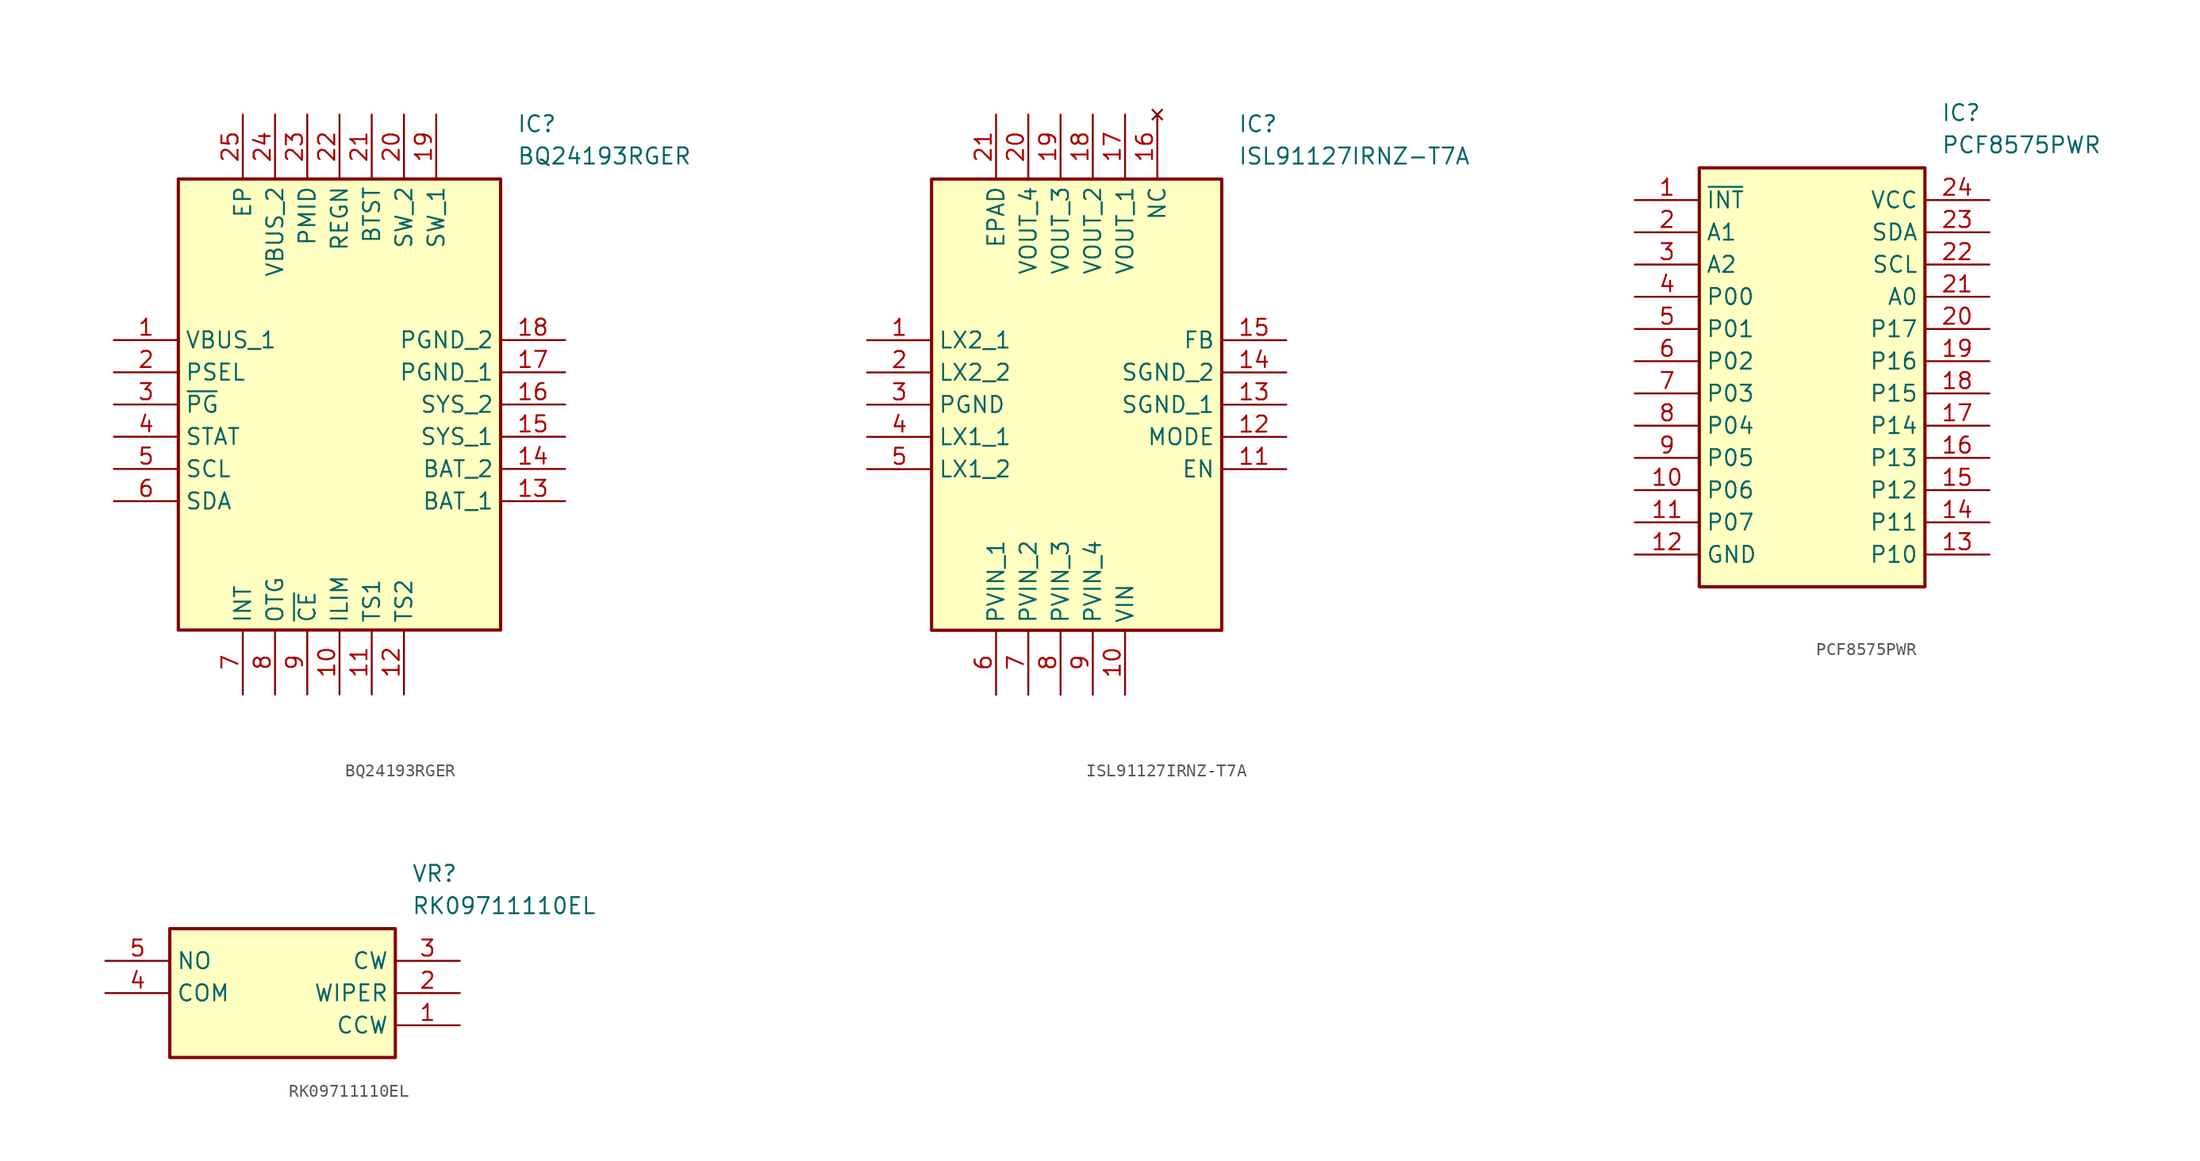
<source format=kicad_sym>
(kicad_symbol_lib
  (version 20231120)
  (generator "kicad_symbol_editor")
  (generator_version "8.0")
  (symbol "BQ24193RGER"
    (property "Reference" "IC"
      (at 31.75 17.78 0)
      (effects (font (size 1.27 1.27)) (justify left top)))
    (property "Value" "BQ24193RGER"
      (at 31.75 15.24 0)
      (effects (font (size 1.27 1.27)) (justify left top)))
    (symbol "BQ24193RGER_1_1"
      (rectangle (start 5.08 12.7) (end 30.48 -22.86) (stroke (width 0.254) (type default)) (fill (type background)))
      (pin passive line (at 0 0 0) (length 5.08) (name "VBUS_1" (effects (font (size 1.27 1.27)))) (number "1" (effects (font (size 1.27 1.27)))))
      (pin passive line (at 17.78 -27.94 90) (length 5.08) (name "ILIM" (effects (font (size 1.27 1.27)))) (number "10" (effects (font (size 1.27 1.27)))))
      (pin passive line (at 20.32 -27.94 90) (length 5.08) (name "TS1" (effects (font (size 1.27 1.27)))) (number "11" (effects (font (size 1.27 1.27)))))
      (pin passive line (at 22.86 -27.94 90) (length 5.08) (name "TS2" (effects (font (size 1.27 1.27)))) (number "12" (effects (font (size 1.27 1.27)))))
      (pin passive line (at 35.56 -12.7 180) (length 5.08) (name "BAT_1" (effects (font (size 1.27 1.27)))) (number "13" (effects (font (size 1.27 1.27)))))
      (pin passive line (at 35.56 -10.16 180) (length 5.08) (name "BAT_2" (effects (font (size 1.27 1.27)))) (number "14" (effects (font (size 1.27 1.27)))))
      (pin passive line (at 35.56 -7.62 180) (length 5.08) (name "SYS_1" (effects (font (size 1.27 1.27)))) (number "15" (effects (font (size 1.27 1.27)))))
      (pin passive line (at 35.56 -5.08 180) (length 5.08) (name "SYS_2" (effects (font (size 1.27 1.27)))) (number "16" (effects (font (size 1.27 1.27)))))
      (pin passive line (at 35.56 -2.54 180) (length 5.08) (name "PGND_1" (effects (font (size 1.27 1.27)))) (number "17" (effects (font (size 1.27 1.27)))))
      (pin passive line (at 35.56 0 180) (length 5.08) (name "PGND_2" (effects (font (size 1.27 1.27)))) (number "18" (effects (font (size 1.27 1.27)))))
      (pin passive line (at 25.4 17.78 270) (length 5.08) (name "SW_1" (effects (font (size 1.27 1.27)))) (number "19" (effects (font (size 1.27 1.27)))))
      (pin passive line (at 0 -2.54 0) (length 5.08) (name "PSEL" (effects (font (size 1.27 1.27)))) (number "2" (effects (font (size 1.27 1.27)))))
      (pin passive line (at 22.86 17.78 270) (length 5.08) (name "SW_2" (effects (font (size 1.27 1.27)))) (number "20" (effects (font (size 1.27 1.27)))))
      (pin passive line (at 20.32 17.78 270) (length 5.08) (name "BTST" (effects (font (size 1.27 1.27)))) (number "21" (effects (font (size 1.27 1.27)))))
      (pin passive line (at 17.78 17.78 270) (length 5.08) (name "REGN" (effects (font (size 1.27 1.27)))) (number "22" (effects (font (size 1.27 1.27)))))
      (pin passive line (at 15.24 17.78 270) (length 5.08) (name "PMID" (effects (font (size 1.27 1.27)))) (number "23" (effects (font (size 1.27 1.27)))))
      (pin passive line (at 12.7 17.78 270) (length 5.08) (name "VBUS_2" (effects (font (size 1.27 1.27)))) (number "24" (effects (font (size 1.27 1.27)))))
      (pin passive line (at 10.16 17.78 270) (length 5.08) (name "EP" (effects (font (size 1.27 1.27)))) (number "25" (effects (font (size 1.27 1.27)))))
      (pin passive line (at 0 -5.08 0) (length 5.08) (name "~{PG}" (effects (font (size 1.27 1.27)))) (number "3" (effects (font (size 1.27 1.27)))))
      (pin passive line (at 0 -7.62 0) (length 5.08) (name "STAT" (effects (font (size 1.27 1.27)))) (number "4" (effects (font (size 1.27 1.27)))))
      (pin passive line (at 0 -10.16 0) (length 5.08) (name "SCL" (effects (font (size 1.27 1.27)))) (number "5" (effects (font (size 1.27 1.27)))))
      (pin passive line (at 0 -12.7 0) (length 5.08) (name "SDA" (effects (font (size 1.27 1.27)))) (number "6" (effects (font (size 1.27 1.27)))))
      (pin passive line (at 10.16 -27.94 90) (length 5.08) (name "INT" (effects (font (size 1.27 1.27)))) (number "7" (effects (font (size 1.27 1.27)))))
      (pin passive line (at 12.7 -27.94 90) (length 5.08) (name "OTG" (effects (font (size 1.27 1.27)))) (number "8" (effects (font (size 1.27 1.27)))))
      (pin passive line (at 15.24 -27.94 90) (length 5.08) (name "~{CE}" (effects (font (size 1.27 1.27)))) (number "9" (effects (font (size 1.27 1.27)))))))
  (symbol "ISL91127IRNZ-T7A"
    (property "Reference" "IC"
      (at 29.21 17.78 0)
      (effects (font (size 1.27 1.27)) (justify left top)))
    (property "Value" "ISL91127IRNZ-T7A"
      (at 29.21 15.24 0)
      (effects (font (size 1.27 1.27)) (justify left top)))
    (symbol "ISL91127IRNZ-T7A_1_1"
      (rectangle (start 5.08 12.7) (end 27.94 -22.86) (stroke (width 0.254) (type default)) (fill (type background)))
      (pin passive line (at 0 0 0) (length 5.08) (name "LX2_1" (effects (font (size 1.27 1.27)))) (number "1" (effects (font (size 1.27 1.27)))))
      (pin passive line (at 20.32 -27.94 90) (length 5.08) (name "VIN" (effects (font (size 1.27 1.27)))) (number "10" (effects (font (size 1.27 1.27)))))
      (pin passive line (at 33.02 -10.16 180) (length 5.08) (name "EN" (effects (font (size 1.27 1.27)))) (number "11" (effects (font (size 1.27 1.27)))))
      (pin passive line (at 33.02 -7.62 180) (length 5.08) (name "MODE" (effects (font (size 1.27 1.27)))) (number "12" (effects (font (size 1.27 1.27)))))
      (pin passive line (at 33.02 -5.08 180) (length 5.08) (name "SGND_1" (effects (font (size 1.27 1.27)))) (number "13" (effects (font (size 1.27 1.27)))))
      (pin passive line (at 33.02 -2.54 180) (length 5.08) (name "SGND_2" (effects (font (size 1.27 1.27)))) (number "14" (effects (font (size 1.27 1.27)))))
      (pin passive line (at 33.02 0 180) (length 5.08) (name "FB" (effects (font (size 1.27 1.27)))) (number "15" (effects (font (size 1.27 1.27)))))
      (pin no_connect line (at 22.86 17.78 270) (length 5.08) (name "NC" (effects (font (size 1.27 1.27)))) (number "16" (effects (font (size 1.27 1.27)))))
      (pin passive line (at 20.32 17.78 270) (length 5.08) (name "VOUT_1" (effects (font (size 1.27 1.27)))) (number "17" (effects (font (size 1.27 1.27)))))
      (pin passive line (at 17.78 17.78 270) (length 5.08) (name "VOUT_2" (effects (font (size 1.27 1.27)))) (number "18" (effects (font (size 1.27 1.27)))))
      (pin passive line (at 15.24 17.78 270) (length 5.08) (name "VOUT_3" (effects (font (size 1.27 1.27)))) (number "19" (effects (font (size 1.27 1.27)))))
      (pin passive line (at 0 -2.54 0) (length 5.08) (name "LX2_2" (effects (font (size 1.27 1.27)))) (number "2" (effects (font (size 1.27 1.27)))))
      (pin passive line (at 12.7 17.78 270) (length 5.08) (name "VOUT_4" (effects (font (size 1.27 1.27)))) (number "20" (effects (font (size 1.27 1.27)))))
      (pin passive line (at 10.16 17.78 270) (length 5.08) (name "EPAD" (effects (font (size 1.27 1.27)))) (number "21" (effects (font (size 1.27 1.27)))))
      (pin passive line (at 0 -5.08 0) (length 5.08) (name "PGND" (effects (font (size 1.27 1.27)))) (number "3" (effects (font (size 1.27 1.27)))))
      (pin passive line (at 0 -7.62 0) (length 5.08) (name "LX1_1" (effects (font (size 1.27 1.27)))) (number "4" (effects (font (size 1.27 1.27)))))
      (pin passive line (at 0 -10.16 0) (length 5.08) (name "LX1_2" (effects (font (size 1.27 1.27)))) (number "5" (effects (font (size 1.27 1.27)))))
      (pin passive line (at 10.16 -27.94 90) (length 5.08) (name "PVIN_1" (effects (font (size 1.27 1.27)))) (number "6" (effects (font (size 1.27 1.27)))))
      (pin passive line (at 12.7 -27.94 90) (length 5.08) (name "PVIN_2" (effects (font (size 1.27 1.27)))) (number "7" (effects (font (size 1.27 1.27)))))
      (pin passive line (at 15.24 -27.94 90) (length 5.08) (name "PVIN_3" (effects (font (size 1.27 1.27)))) (number "8" (effects (font (size 1.27 1.27)))))
      (pin passive line (at 17.78 -27.94 90) (length 5.08) (name "PVIN_4" (effects (font (size 1.27 1.27)))) (number "9" (effects (font (size 1.27 1.27)))))))
  (symbol "PCF8575PWR"
    (property "Reference" "IC"
      (at 24.13 7.62 0)
      (effects (font (size 1.27 1.27)) (justify left top)))
    (property "Value" "PCF8575PWR"
      (at 24.13 5.08 0)
      (effects (font (size 1.27 1.27)) (justify left top)))
    (symbol "PCF8575PWR_1_1"
      (rectangle (start 5.08 2.54) (end 22.86 -30.48) (stroke (width 0.254) (type default)) (fill (type background)))
      (pin passive line (at 0 0 0) (length 5.08) (name "~{INT}" (effects (font (size 1.27 1.27)))) (number "1" (effects (font (size 1.27 1.27)))))
      (pin passive line (at 0 -22.86 0) (length 5.08) (name "P06" (effects (font (size 1.27 1.27)))) (number "10" (effects (font (size 1.27 1.27)))))
      (pin passive line (at 0 -25.4 0) (length 5.08) (name "P07" (effects (font (size 1.27 1.27)))) (number "11" (effects (font (size 1.27 1.27)))))
      (pin passive line (at 0 -27.94 0) (length 5.08) (name "GND" (effects (font (size 1.27 1.27)))) (number "12" (effects (font (size 1.27 1.27)))))
      (pin passive line (at 27.94 -27.94 180) (length 5.08) (name "P10" (effects (font (size 1.27 1.27)))) (number "13" (effects (font (size 1.27 1.27)))))
      (pin passive line (at 27.94 -25.4 180) (length 5.08) (name "P11" (effects (font (size 1.27 1.27)))) (number "14" (effects (font (size 1.27 1.27)))))
      (pin passive line (at 27.94 -22.86 180) (length 5.08) (name "P12" (effects (font (size 1.27 1.27)))) (number "15" (effects (font (size 1.27 1.27)))))
      (pin passive line (at 27.94 -20.32 180) (length 5.08) (name "P13" (effects (font (size 1.27 1.27)))) (number "16" (effects (font (size 1.27 1.27)))))
      (pin passive line (at 27.94 -17.78 180) (length 5.08) (name "P14" (effects (font (size 1.27 1.27)))) (number "17" (effects (font (size 1.27 1.27)))))
      (pin passive line (at 27.94 -15.24 180) (length 5.08) (name "P15" (effects (font (size 1.27 1.27)))) (number "18" (effects (font (size 1.27 1.27)))))
      (pin passive line (at 27.94 -12.7 180) (length 5.08) (name "P16" (effects (font (size 1.27 1.27)))) (number "19" (effects (font (size 1.27 1.27)))))
      (pin passive line (at 0 -2.54 0) (length 5.08) (name "A1" (effects (font (size 1.27 1.27)))) (number "2" (effects (font (size 1.27 1.27)))))
      (pin passive line (at 27.94 -10.16 180) (length 5.08) (name "P17" (effects (font (size 1.27 1.27)))) (number "20" (effects (font (size 1.27 1.27)))))
      (pin passive line (at 27.94 -7.62 180) (length 5.08) (name "A0" (effects (font (size 1.27 1.27)))) (number "21" (effects (font (size 1.27 1.27)))))
      (pin passive line (at 27.94 -5.08 180) (length 5.08) (name "SCL" (effects (font (size 1.27 1.27)))) (number "22" (effects (font (size 1.27 1.27)))))
      (pin passive line (at 27.94 -2.54 180) (length 5.08) (name "SDA" (effects (font (size 1.27 1.27)))) (number "23" (effects (font (size 1.27 1.27)))))
      (pin passive line (at 27.94 0 180) (length 5.08) (name "VCC" (effects (font (size 1.27 1.27)))) (number "24" (effects (font (size 1.27 1.27)))))
      (pin passive line (at 0 -5.08 0) (length 5.08) (name "A2" (effects (font (size 1.27 1.27)))) (number "3" (effects (font (size 1.27 1.27)))))
      (pin passive line (at 0 -7.62 0) (length 5.08) (name "P00" (effects (font (size 1.27 1.27)))) (number "4" (effects (font (size 1.27 1.27)))))
      (pin passive line (at 0 -10.16 0) (length 5.08) (name "P01" (effects (font (size 1.27 1.27)))) (number "5" (effects (font (size 1.27 1.27)))))
      (pin passive line (at 0 -12.7 0) (length 5.08) (name "P02" (effects (font (size 1.27 1.27)))) (number "6" (effects (font (size 1.27 1.27)))))
      (pin passive line (at 0 -15.24 0) (length 5.08) (name "P03" (effects (font (size 1.27 1.27)))) (number "7" (effects (font (size 1.27 1.27)))))
      (pin passive line (at 0 -17.78 0) (length 5.08) (name "P04" (effects (font (size 1.27 1.27)))) (number "8" (effects (font (size 1.27 1.27)))))
      (pin passive line (at 0 -20.32 0) (length 5.08) (name "P05" (effects (font (size 1.27 1.27)))) (number "9" (effects (font (size 1.27 1.27)))))))
  (symbol "RK09711110EL"
    (property "Reference" "VR"
      (at 24.13 7.62 0)
      (effects (font (size 1.27 1.27)) (justify left top)))
    (property "Value" "RK09711110EL"
      (at 24.13 5.08 0)
      (effects (font (size 1.27 1.27)) (justify left top)))
    (symbol "RK09711110EL_1_1"
      (rectangle (start 5.08 2.54) (end 22.86 -7.62) (stroke (width 0.254) (type default)) (fill (type background)))
      (pin passive line (at 27.94 -5.08 180) (length 5.08) (name "CCW" (effects (font (size 1.27 1.27)))) (number "1" (effects (font (size 1.27 1.27)))))
      (pin passive line (at 27.94 -2.54 180) (length 5.08) (name "WIPER" (effects (font (size 1.27 1.27)))) (number "2" (effects (font (size 1.27 1.27)))))
      (pin passive line (at 27.94 0 180) (length 5.08) (name "CW" (effects (font (size 1.27 1.27)))) (number "3" (effects (font (size 1.27 1.27)))))
      (pin passive line (at 0 -2.54 0) (length 5.08) (name "COM" (effects (font (size 1.27 1.27)))) (number "4" (effects (font (size 1.27 1.27)))))
      (pin passive line (at 0 0 0) (length 5.08) (name "NO" (effects (font (size 1.27 1.27)))) (number "5" (effects (font (size 1.27 1.27))))))))
</source>
